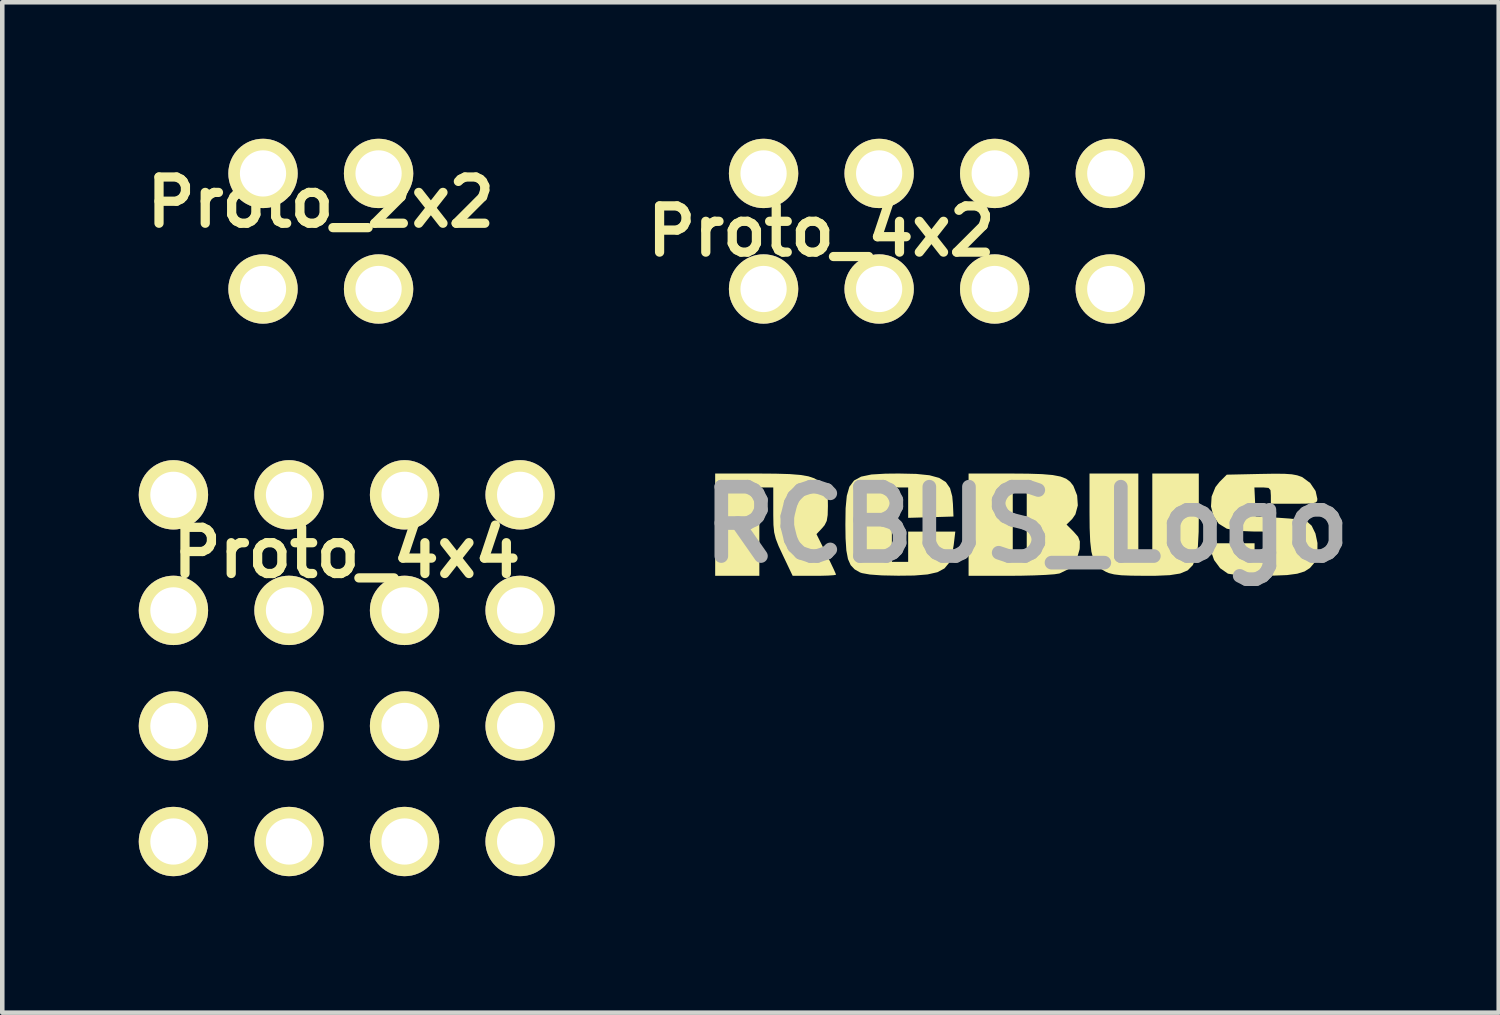
<source format=kicad_pcb>
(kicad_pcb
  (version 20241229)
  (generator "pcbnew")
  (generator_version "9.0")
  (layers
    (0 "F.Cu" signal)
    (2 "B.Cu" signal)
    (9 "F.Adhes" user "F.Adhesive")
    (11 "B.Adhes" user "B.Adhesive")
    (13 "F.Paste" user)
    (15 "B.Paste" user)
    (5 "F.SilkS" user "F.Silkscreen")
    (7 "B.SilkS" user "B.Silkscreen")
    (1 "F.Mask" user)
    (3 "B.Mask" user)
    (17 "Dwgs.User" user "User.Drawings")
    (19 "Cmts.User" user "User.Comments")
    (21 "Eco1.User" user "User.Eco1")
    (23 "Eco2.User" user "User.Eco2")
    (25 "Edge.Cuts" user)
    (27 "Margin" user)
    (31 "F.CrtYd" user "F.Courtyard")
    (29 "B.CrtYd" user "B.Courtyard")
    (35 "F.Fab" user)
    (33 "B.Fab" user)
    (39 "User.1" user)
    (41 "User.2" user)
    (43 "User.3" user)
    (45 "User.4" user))
  (footprint "Proto_4x4"
    (layer "F.Cu")
    (at 4.572 11.636)
    (property "Reference" "Proto_4x4" (at 0 -2.54 0) (layer "F.SilkS") (effects (font (size 1.016 1.016) (thickness 0.203))))
    (attr through_hole)
    (pad "1" thru_hole circle (at -3.81 -3.81) (size 1.524 1.524) (drill 1.016) (layers "*.Cu" "*.Mask" "F.SilkS"))
    (pad "2" thru_hole circle (at -1.27 -3.81) (size 1.524 1.524) (drill 1.016) (layers "*.Cu" "*.Mask" "F.SilkS"))
    (pad "3" thru_hole circle (at 1.27 -3.81) (size 1.524 1.524) (drill 1.016) (layers "*.Cu" "*.Mask" "F.SilkS"))
    (pad "4" thru_hole circle (at 3.81 -3.81) (size 1.524 1.524) (drill 1.016) (layers "*.Cu" "*.Mask" "F.SilkS"))
    (pad "5" thru_hole circle (at -3.81 -1.27) (size 1.524 1.524) (drill 1.016) (layers "*.Cu" "*.Mask" "F.SilkS"))
    (pad "6" thru_hole circle (at -1.27 -1.27) (size 1.524 1.524) (drill 1.016) (layers "*.Cu" "*.Mask" "F.SilkS"))
    (pad "7" thru_hole circle (at 1.27 -1.27) (size 1.524 1.524) (drill 1.016) (layers "*.Cu" "*.Mask" "F.SilkS"))
    (pad "8" thru_hole circle (at 3.81 -1.27) (size 1.524 1.524) (drill 1.016) (layers "*.Cu" "*.Mask" "F.SilkS"))
    (pad "9" thru_hole circle (at -3.81 1.27) (size 1.524 1.524) (drill 1.016) (layers "*.Cu" "*.Mask" "F.SilkS"))
    (pad "10" thru_hole circle (at -1.27 1.27) (size 1.524 1.524) (drill 1.016) (layers "*.Cu" "*.Mask" "F.SilkS"))
    (pad "11" thru_hole circle (at 1.27 1.27) (size 1.524 1.524) (drill 1.016) (layers "*.Cu" "*.Mask" "F.SilkS"))
    (pad "12" thru_hole circle (at 3.81 1.27) (size 1.524 1.524) (drill 1.016) (layers "*.Cu" "*.Mask" "F.SilkS"))
    (pad "13" thru_hole circle (at -3.81 3.81) (size 1.524 1.524) (drill 1.016) (layers "*.Cu" "*.Mask" "F.SilkS"))
    (pad "14" thru_hole circle (at -1.27 3.81) (size 1.524 1.524) (drill 1.016) (layers "*.Cu" "*.Mask" "F.SilkS"))
    (pad "15" thru_hole circle (at 1.27 3.81) (size 1.524 1.524) (drill 1.016) (layers "*.Cu" "*.Mask" "F.SilkS"))
    (pad "16" thru_hole circle (at 3.81 3.81) (size 1.524 1.524) (drill 1.016) (layers "*.Cu" "*.Mask" "F.SilkS")))
  (footprint "RCBUS_Logo"
    (layer "F.Cu")
    (at 19.517 8.482)
    (property "Reference" "RCBUS_Logo" (at 0 0 0) (layer "F.Fab") (effects (font (size 1.524 1.524) (thickness 0.3))))
    (attr board_only exclude_from_pos_files exclude_from_bom)
    (fp_poly (pts (xy 2.453 0.818) (xy 2.76 0.818) (xy 2.76 -1.124) (xy 3.782 -1.124) (xy 3.782 -0.254) (xy 3.779 0.157) (xy 3.762 0.477) (xy 3.723 0.717) (xy 3.651 0.889) (xy 3.537 1.005) (xy 3.371 1.074) (xy 3.144 1.11) (xy 2.845 1.123) (xy 2.599 1.124) (xy 2.298 1.121) (xy 2.078 1.112) (xy 1.921 1.093) (xy 1.805 1.064) (xy 1.738 1.035) (xy 1.618 0.964) (xy 1.528 0.876) (xy 1.464 0.758) (xy 1.421 0.594) (xy 1.395 0.37) (xy 1.383 0.071) (xy 1.38 -0.268) (xy 1.38 -1.124) (xy 2.453 -1.124)) (stroke (width 0) (type solid)) (fill yes) (layer "F.SilkS"))
    (fp_poly (pts (xy -0.371 -1.124) (xy 0.027 -1.121) (xy 0.337 -1.111) (xy 0.57 -1.091) (xy 0.742 -1.058) (xy 0.866 -1.01) (xy 0.954 -0.944) (xy 1.021 -0.859) (xy 1.025 -0.853) (xy 1.108 -0.643) (xy 1.123 -0.423) (xy 1.07 -0.227) (xy 1 -0.126) (xy 0.875 -0.002) (xy 1.032 0.155) (xy 1.13 0.267) (xy 1.168 0.369) (xy 1.165 0.513) (xy 1.162 0.542) (xy 1.091 0.786) (xy 0.943 0.964) (xy 0.72 1.073) (xy 0.719 1.073) (xy 0.609 1.09) (xy 0.417 1.104) (xy 0.164 1.115) (xy -0.127 1.122) (xy -0.371 1.124) (xy -1.278 1.124) (xy -1.278 0.818) (xy -0.307 0.818) (xy 0 0.818) (xy 0 -0.818) (xy -0.307 -0.818) (xy -0.307 0.818) (xy -1.278 0.818) (xy -1.278 -1.124)) (stroke (width 0) (type solid)) (fill yes) (layer "F.SilkS"))
    (fp_poly (pts (xy -5.916 -1.124) (xy -5.519 -1.121) (xy -5.211 -1.112) (xy -4.976 -1.093) (xy -4.8 -1.063) (xy -4.669 -1.019) (xy -4.568 -0.959) (xy -4.494 -0.89) (xy -4.425 -0.803) (xy -4.388 -0.701) (xy -4.372 -0.554) (xy -4.37 -0.409) (xy -4.375 -0.211) (xy -4.396 -0.082) (xy -4.443 0.012) (xy -4.495 0.074) (xy -4.621 0.208) (xy -4.406 0.641) (xy -4.313 0.831) (xy -4.24 0.984) (xy -4.198 1.08) (xy -4.191 1.1) (xy -4.238 1.11) (xy -4.365 1.119) (xy -4.55 1.124) (xy -4.668 1.124) (xy -5.145 1.124) (xy -5.358 0.676) (xy -5.455 0.468) (xy -5.516 0.31) (xy -5.551 0.169) (xy -5.567 0.007) (xy -5.571 -0.211) (xy -5.571 -0.295) (xy -5.571 -0.818) (xy -5.877 -0.818) (xy -5.877 1.124) (xy -6.848 1.124) (xy -6.848 -1.124)) (stroke (width 0) (type solid)) (fill yes) (layer "F.SilkS"))
    (fp_poly (pts (xy -2.43 -1.116) (xy -2.138 -1.086) (xy -1.925 -1.028) (xy -1.778 -0.936) (xy -1.686 -0.803) (xy -1.637 -0.623) (xy -1.622 -0.455) (xy -1.61 -0.179) (xy -2.108 -0.164) (xy -2.606 -0.15) (xy -2.606 -0.818) (xy -2.964 -0.818) (xy -2.964 0.818) (xy -2.606 0.818) (xy -2.606 0.153) (xy -1.57 0.153) (xy -1.605 0.446) (xy -1.643 0.67) (xy -1.707 0.84) (xy -1.809 0.962) (xy -1.963 1.045) (xy -2.181 1.094) (xy -2.476 1.118) (xy -2.822 1.122) (xy -3.182 1.115) (xy -3.447 1.096) (xy -3.62 1.065) (xy -3.664 1.05) (xy -3.783 0.982) (xy -3.87 0.889) (xy -3.929 0.756) (xy -3.965 0.565) (xy -3.982 0.302) (xy -3.986 0) (xy -3.981 -0.36) (xy -3.955 -0.634) (xy -3.898 -0.833) (xy -3.796 -0.97) (xy -3.639 -1.056) (xy -3.413 -1.103) (xy -3.106 -1.121) (xy -2.811 -1.124)) (stroke (width 0) (type solid)) (fill yes) (layer "F.SilkS"))
    (fp_poly (pts (xy 5.665 -1.118) (xy 5.826 -1.107) (xy 5.944 -1.085) (xy 6.039 -1.052) (xy 6.056 -1.045) (xy 6.23 -0.916) (xy 6.349 -0.74) (xy 6.388 -0.565) (xy 6.382 -0.517) (xy 6.35 -0.487) (xy 6.274 -0.469) (xy 6.136 -0.462) (xy 5.917 -0.46) (xy 5.877 -0.46) (xy 5.366 -0.46) (xy 5.366 -0.639) (xy 5.358 -0.758) (xy 5.315 -0.808) (xy 5.203 -0.818) (xy 5.185 -0.818) (xy 5.004 -0.818) (xy 5.019 -0.498) (xy 5.034 -0.179) (xy 5.545 -0.151) (xy 5.772 -0.135) (xy 5.968 -0.115) (xy 6.105 -0.093) (xy 6.147 -0.081) (xy 6.263 0.024) (xy 6.346 0.195) (xy 6.39 0.403) (xy 6.389 0.616) (xy 6.338 0.803) (xy 6.312 0.85) (xy 6.224 0.953) (xy 6.107 1.028) (xy 5.945 1.078) (xy 5.721 1.108) (xy 5.421 1.12) (xy 5.202 1.121) (xy 4.94 1.117) (xy 4.709 1.107) (xy 4.531 1.094) (xy 4.429 1.078) (xy 4.421 1.076) (xy 4.251 0.957) (xy 4.118 0.777) (xy 4.054 0.595) (xy 4.024 0.409) (xy 5.008 0.409) (xy 5.008 0.613) (xy 5.014 0.744) (xy 5.047 0.802) (xy 5.135 0.817) (xy 5.187 0.818) (xy 5.366 0.818) (xy 5.366 0.153) (xy 4.97 0.15) (xy 4.751 0.141) (xy 4.548 0.119) (xy 4.402 0.089) (xy 4.395 0.087) (xy 4.219 -0.022) (xy 4.103 -0.192) (xy 4.05 -0.399) (xy 4.064 -0.619) (xy 4.148 -0.827) (xy 4.237 -0.939) (xy 4.397 -1.099) (xy 5.134 -1.115) (xy 5.441 -1.12)) (stroke (width 0) (type solid)) (fill yes) (layer "F.SilkS")))
  (footprint "Proto_2x2"
    (layer "F.Cu")
    (at 4.001 2.032)
    (property "Reference" "Proto_2x2" (at 0 -0.635 0) (layer "F.SilkS") (effects (font (size 1.016 1.016) (thickness 0.203))))
    (attr through_hole)
    (pad "1" thru_hole circle (at -1.27 -1.27) (size 1.524 1.524) (drill 1.016) (layers "*.Cu" "*.Mask" "F.SilkS"))
    (pad "2" thru_hole circle (at 1.27 -1.27) (size 1.524 1.524) (drill 1.016) (layers "*.Cu" "*.Mask" "F.SilkS"))
    (pad "3" thru_hole circle (at -1.27 1.27) (size 1.524 1.524) (drill 1.016) (layers "*.Cu" "*.Mask" "F.SilkS"))
    (pad "4" thru_hole circle (at 1.27 1.27) (size 1.524 1.524) (drill 1.016) (layers "*.Cu" "*.Mask" "F.SilkS")))
  (footprint "Proto_4x2"
    (layer "F.Cu")
    (at 17.543 2.032)
    (property "Reference" "Proto_4x2" (at -2.54 0 0) (layer "F.SilkS") (effects (font (size 1.016 1.016) (thickness 0.203))))
    (attr through_hole)
    (pad "1" thru_hole circle (at -3.81 -1.27) (size 1.524 1.524) (drill 1.016) (layers "*.Cu" "*.Mask" "F.SilkS"))
    (pad "2" thru_hole circle (at -1.27 -1.27) (size 1.524 1.524) (drill 1.016) (layers "*.Cu" "*.Mask" "F.SilkS"))
    (pad "3" thru_hole circle (at 1.27 -1.27) (size 1.524 1.524) (drill 1.016) (layers "*.Cu" "*.Mask" "F.SilkS"))
    (pad "4" thru_hole circle (at 3.81 -1.27) (size 1.524 1.524) (drill 1.016) (layers "*.Cu" "*.Mask" "F.SilkS"))
    (pad "5" thru_hole circle (at -3.81 1.27) (size 1.524 1.524) (drill 1.016) (layers "*.Cu" "*.Mask" "F.SilkS"))
    (pad "6" thru_hole circle (at -1.27 1.27) (size 1.524 1.524) (drill 1.016) (layers "*.Cu" "*.Mask" "F.SilkS"))
    (pad "7" thru_hole circle (at 1.27 1.27) (size 1.524 1.524) (drill 1.016) (layers "*.Cu" "*.Mask" "F.SilkS"))
    (pad "8" thru_hole circle (at 3.81 1.27) (size 1.524 1.524) (drill 1.016) (layers "*.Cu" "*.Mask" "F.SilkS")))
  (gr_rect
    (start -3 -3)
    (end 29.891 19.208)
    (stroke (width 0.1) (type default))
    (fill no)
    (layer "Edge.Cuts")))
</source>
